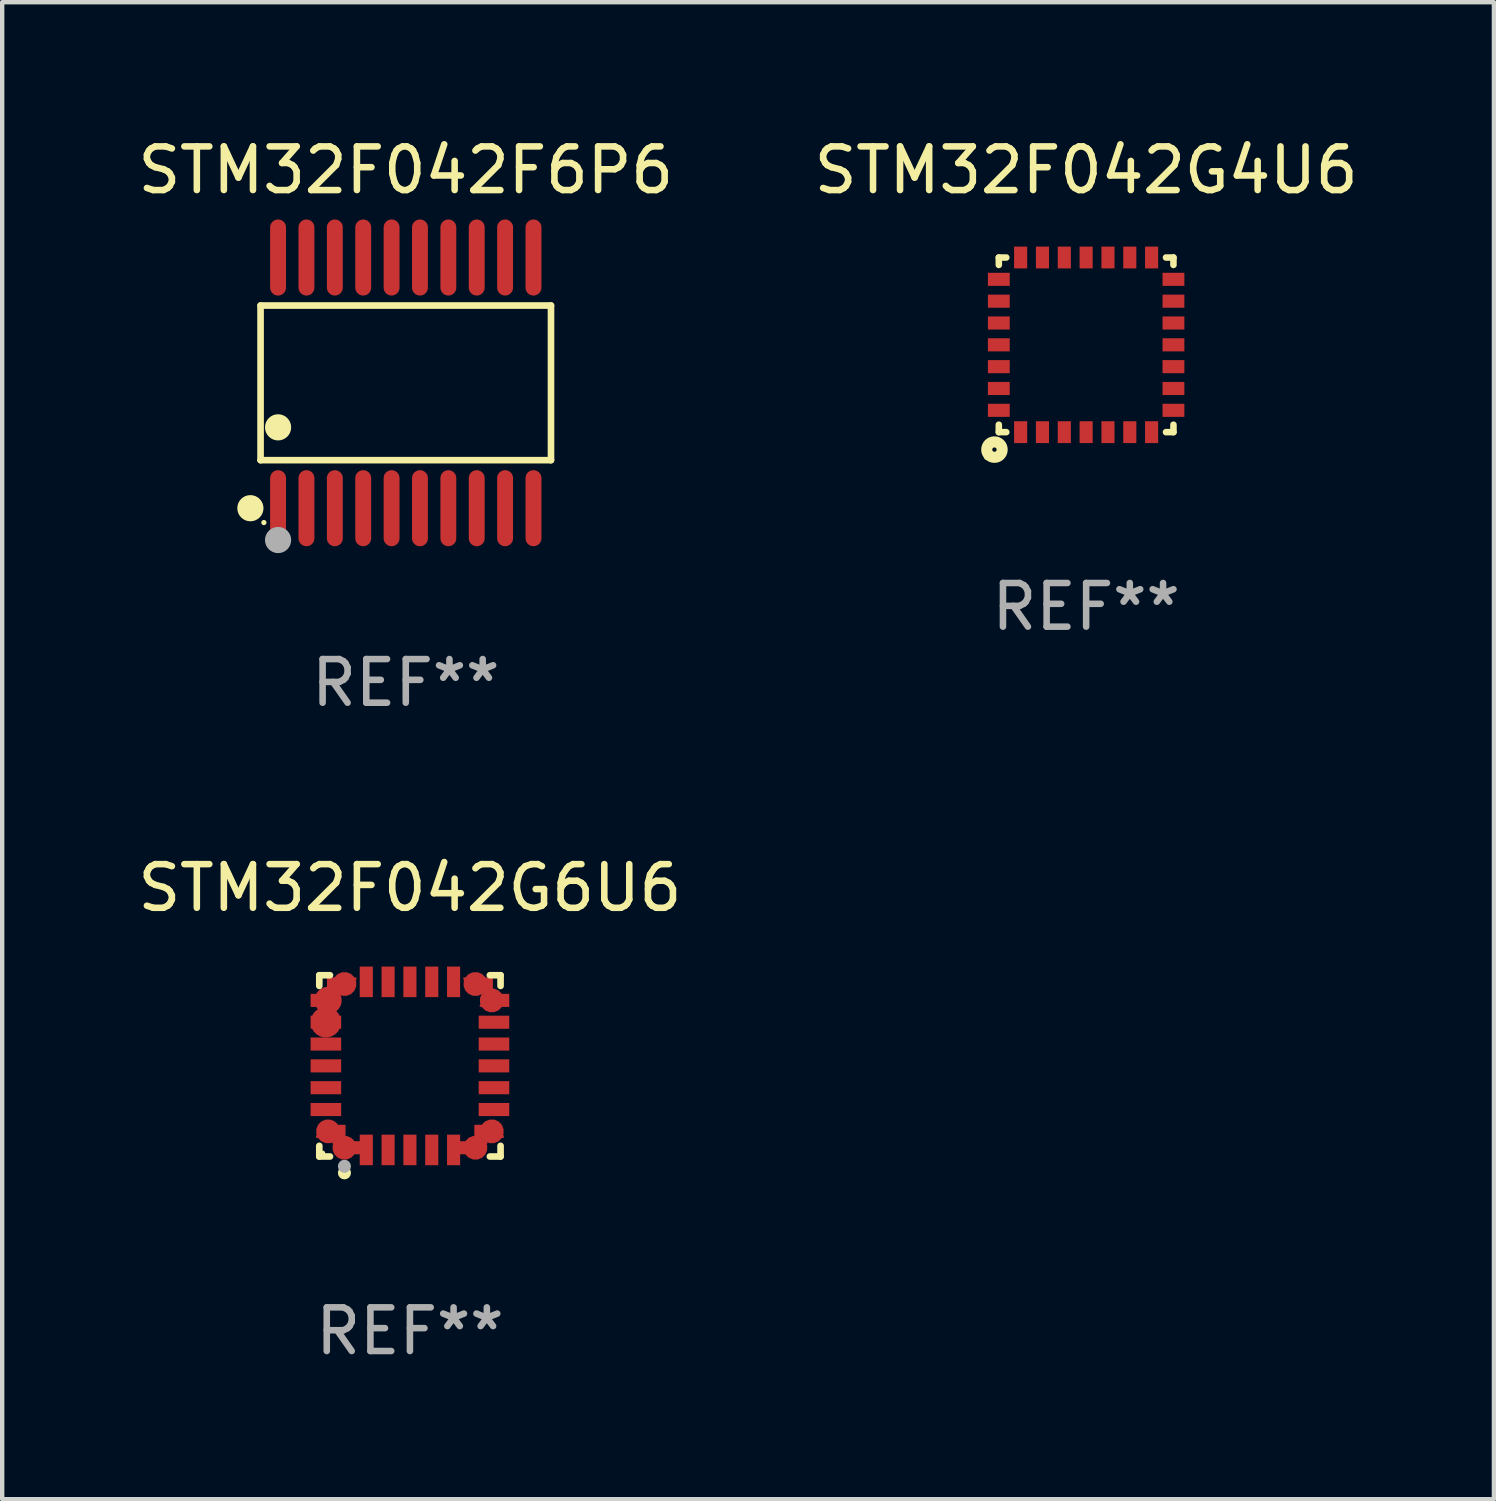
<source format=kicad_pcb>
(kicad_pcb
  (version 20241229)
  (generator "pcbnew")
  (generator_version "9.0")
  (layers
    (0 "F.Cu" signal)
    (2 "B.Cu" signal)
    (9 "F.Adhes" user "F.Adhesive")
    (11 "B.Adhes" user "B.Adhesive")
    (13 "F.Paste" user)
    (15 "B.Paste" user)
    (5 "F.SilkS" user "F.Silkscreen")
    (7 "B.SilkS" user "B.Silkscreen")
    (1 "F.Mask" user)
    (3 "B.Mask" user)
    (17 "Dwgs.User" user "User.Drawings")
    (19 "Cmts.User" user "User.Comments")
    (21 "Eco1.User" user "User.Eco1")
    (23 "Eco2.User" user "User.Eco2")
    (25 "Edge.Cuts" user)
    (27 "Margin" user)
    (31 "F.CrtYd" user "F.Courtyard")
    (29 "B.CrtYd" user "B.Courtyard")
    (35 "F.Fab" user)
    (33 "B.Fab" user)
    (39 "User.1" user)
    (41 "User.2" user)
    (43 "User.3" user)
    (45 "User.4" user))
  (footprint "STM32F042F6P6"
    (layer "F.Cu")
    (at 6.244 5.719)
    (property "Reference" "STM32F042F6P6" (at 0 -4.871 0) (layer "F.SilkS") (effects (font (size 1 1) (thickness 0.15))))
    (attr through_hole)
    (fp_line (start -3.326 -1.771) (end 3.326 -1.771) (stroke (width 0.152) (type solid)) (layer "F.SilkS"))
    (fp_line (start -3.326 1.771) (end -3.326 -1.771) (stroke (width 0.152) (type solid)) (layer "F.SilkS"))
    (fp_line (start 3.326 -1.771) (end 3.326 1.771) (stroke (width 0.152) (type solid)) (layer "F.SilkS"))
    (fp_line (start 3.326 1.771) (end -3.326 1.771) (stroke (width 0.152) (type solid)) (layer "F.SilkS"))
    (fp_circle (center -3.559 2.871) (end -3.409 2.871) (stroke (width 0.3) (type solid)) (fill no) (layer "F.SilkS"))
    (fp_circle (center -3.25 3.2) (end -3.22 3.2) (stroke (width 0.06) (type solid)) (fill no) (layer "F.SilkS"))
    (fp_circle (center -2.925 1.019) (end -2.775 1.019) (stroke (width 0.3) (type solid)) (fill no) (layer "F.SilkS"))
    (fp_circle (center -2.925 3.6) (end -2.775 3.6) (stroke (width 0.3) (type solid)) (fill no) (layer "F.Fab"))
    (fp_text user "REF**" (at 0 6.871 0) (layer "F.Fab") (effects (font (size 1 1) (thickness 0.15))))
    (pad "1" smd oval (at -2.925 2.871) (size 0.364 1.742) (layers "F.Cu" "F.Mask" "F.Paste"))
    (pad "2" smd oval (at -2.275 2.871) (size 0.364 1.742) (layers "F.Cu" "F.Mask" "F.Paste"))
    (pad "3" smd oval (at -1.625 2.871) (size 0.364 1.742) (layers "F.Cu" "F.Mask" "F.Paste"))
    (pad "4" smd oval (at -0.975 2.871) (size 0.364 1.742) (layers "F.Cu" "F.Mask" "F.Paste"))
    (pad "5" smd oval (at -0.325 2.871) (size 0.364 1.742) (layers "F.Cu" "F.Mask" "F.Paste"))
    (pad "6" smd oval (at 0.325 2.871) (size 0.364 1.742) (layers "F.Cu" "F.Mask" "F.Paste"))
    (pad "7" smd oval (at 0.975 2.871) (size 0.364 1.742) (layers "F.Cu" "F.Mask" "F.Paste"))
    (pad "8" smd oval (at 1.625 2.871) (size 0.364 1.742) (layers "F.Cu" "F.Mask" "F.Paste"))
    (pad "9" smd oval (at 2.275 2.871) (size 0.364 1.742) (layers "F.Cu" "F.Mask" "F.Paste"))
    (pad "10" smd oval (at 2.925 2.871) (size 0.364 1.742) (layers "F.Cu" "F.Mask" "F.Paste"))
    (pad "11" smd oval (at 2.925 -2.871) (size 0.364 1.742) (layers "F.Cu" "F.Mask" "F.Paste"))
    (pad "12" smd oval (at 2.275 -2.871) (size 0.364 1.742) (layers "F.Cu" "F.Mask" "F.Paste"))
    (pad "13" smd oval (at 1.625 -2.871) (size 0.364 1.742) (layers "F.Cu" "F.Mask" "F.Paste"))
    (pad "14" smd oval (at 0.975 -2.871) (size 0.364 1.742) (layers "F.Cu" "F.Mask" "F.Paste"))
    (pad "15" smd oval (at 0.325 -2.871) (size 0.364 1.742) (layers "F.Cu" "F.Mask" "F.Paste"))
    (pad "16" smd oval (at -0.325 -2.871) (size 0.364 1.742) (layers "F.Cu" "F.Mask" "F.Paste"))
    (pad "17" smd oval (at -0.975 -2.871) (size 0.364 1.742) (layers "F.Cu" "F.Mask" "F.Paste"))
    (pad "18" smd oval (at -1.625 -2.871) (size 0.364 1.742) (layers "F.Cu" "F.Mask" "F.Paste"))
    (pad "19" smd oval (at -2.275 -2.871) (size 0.364 1.742) (layers "F.Cu" "F.Mask" "F.Paste"))
    (pad "20" smd oval (at -2.925 -2.871) (size 0.364 1.742) (layers "F.Cu" "F.Mask" "F.Paste")))
  (footprint "STM32F042G6U6"
    (layer "F.Cu")
    (at 6.339 21.363)
    (property "Reference" "STM32F042G6U6" (at 0 -4.076 0) (layer "F.SilkS") (effects (font (size 1 1) (thickness 0.15))))
    (attr through_hole)
    (fp_line (start -2.076 -2.076) (end -1.831 -2.076) (stroke (width 0.152) (type solid)) (layer "F.SilkS"))
    (fp_line (start -2.076 -1.831) (end -2.076 -2.076) (stroke (width 0.152) (type solid)) (layer "F.SilkS"))
    (fp_line (start -2.076 1.831) (end -2.076 2.076) (stroke (width 0.152) (type solid)) (layer "F.SilkS"))
    (fp_line (start -2.076 2.076) (end -1.831 2.076) (stroke (width 0.152) (type solid)) (layer "F.SilkS"))
    (fp_line (start 2.076 -2.076) (end 1.831 -2.076) (stroke (width 0.152) (type solid)) (layer "F.SilkS"))
    (fp_line (start 2.076 -1.831) (end 2.076 -2.076) (stroke (width 0.152) (type solid)) (layer "F.SilkS"))
    (fp_line (start 2.076 1.831) (end 2.076 2.076) (stroke (width 0.152) (type solid)) (layer "F.SilkS"))
    (fp_line (start 2.076 2.076) (end 1.831 2.076) (stroke (width 0.152) (type solid)) (layer "F.SilkS"))
    (fp_circle (center -2 2) (end -1.97 2) (stroke (width 0.06) (type solid)) (fill no) (layer "F.SilkS"))
    (fp_circle (center -1.5 2.45) (end -1.425 2.45) (stroke (width 0.15) (type solid)) (fill no) (layer "F.SilkS"))
    (fp_circle (center -1.5 2.3) (end -1.425 2.3) (stroke (width 0.15) (type solid)) (fill no) (layer "F.Fab"))
    (fp_text user "REF**" (at 0 6.076 0) (layer "F.Fab") (effects (font (size 1 1) (thickness 0.15))))
    (pad "1" smd custom (at -1.5 1.875 90) (size 0.55 0.3) (layers "F.Cu" "F.Mask" "F.Paste") (options (anchor circle)) (primitives (gr_poly (pts (xy -0.15 -0.025) (xy -0.15 0.4) (xy 0.15 0.4) (xy 0.15 -0.275) (xy 0.1 -0.275)) (width 0) (fill yes))))
    (pad "2" smd rect (at -1 1.925) (size 0.3 0.7) (layers "F.Cu" "F.Mask" "F.Paste"))
    (pad "3" smd rect (at -0.5 1.925) (size 0.3 0.7) (layers "F.Cu" "F.Mask" "F.Paste"))
    (pad "4" smd rect (at 0 1.925) (size 0.3 0.7) (layers "F.Cu" "F.Mask" "F.Paste"))
    (pad "5" smd rect (at 0.5 1.925) (size 0.3 0.7) (layers "F.Cu" "F.Mask" "F.Paste"))
    (pad "6" smd rect (at 1 1.925) (size 0.3 0.7) (layers "F.Cu" "F.Mask" "F.Paste"))
    (pad "7" smd custom (at 1.5 1.875 270) (size 0.55 0.3) (layers "F.Cu" "F.Mask" "F.Paste") (options (anchor circle)) (primitives (gr_poly (pts (xy 0.15 -0.025) (xy 0.15 0.4) (xy -0.15 0.4) (xy -0.15 -0.275) (xy -0.1 -0.275)) (width 0) (fill yes))))
    (pad "8" smd custom (at 1.875 1.5 180) (size 0.55 0.3) (layers "F.Cu" "F.Mask" "F.Paste") (options (anchor circle)) (primitives (gr_poly (pts (xy -0.025 0.15) (xy 0.4 0.15) (xy 0.4 -0.15) (xy -0.275 -0.15) (xy -0.275 -0.1)) (width 0) (fill yes))))
    (pad "9" smd rect (at 1.925 1) (size 0.7 0.3) (layers "F.Cu" "F.Mask" "F.Paste"))
    (pad "10" smd rect (at 1.925 0.5) (size 0.7 0.3) (layers "F.Cu" "F.Mask" "F.Paste"))
    (pad "11" smd rect (at 1.925 0) (size 0.7 0.3) (layers "F.Cu" "F.Mask" "F.Paste"))
    (pad "12" smd rect (at 1.925 -0.5) (size 0.7 0.3) (layers "F.Cu" "F.Mask" "F.Paste"))
    (pad "13" smd rect (at 1.925 -1) (size 0.7 0.3) (layers "F.Cu" "F.Mask" "F.Paste"))
    (pad "14" smd custom (at 1.875 -1.5) (size 0.55 0.3) (layers "F.Cu" "F.Mask" "F.Paste") (options (anchor circle)) (primitives (gr_poly (pts (xy -0.025 -0.15) (xy 0.4 -0.15) (xy 0.4 0.15) (xy -0.275 0.15) (xy -0.275 0.1)) (width 0) (fill yes))))
    (pad "15" smd custom (at 1.5 -1.875 270) (size 0.55 0.3) (layers "F.Cu" "F.Mask" "F.Paste") (options (anchor circle)) (primitives (gr_poly (pts (xy 0.15 0.025) (xy 0.15 -0.4) (xy -0.15 -0.4) (xy -0.15 0.275) (xy -0.1 0.275)) (width 0) (fill yes))))
    (pad "16" smd rect (at 1 -1.925) (size 0.3 0.7) (layers "F.Cu" "F.Mask" "F.Paste"))
    (pad "17" smd rect (at 0.5 -1.925) (size 0.3 0.7) (layers "F.Cu" "F.Mask" "F.Paste"))
    (pad "18" smd rect (at 0 -1.925) (size 0.3 0.7) (layers "F.Cu" "F.Mask" "F.Paste"))
    (pad "19" smd rect (at -0.5 -1.925) (size 0.3 0.7) (layers "F.Cu" "F.Mask" "F.Paste"))
    (pad "20" smd rect (at -1 -1.925) (size 0.3 0.7) (layers "F.Cu" "F.Mask" "F.Paste"))
    (pad "21" smd custom (at -1.5 -1.875 90) (size 0.55 0.3) (layers "F.Cu" "F.Mask" "F.Paste") (options (anchor circle)) (primitives (gr_poly (pts (xy -0.15 0.025) (xy -0.15 -0.4) (xy 0.15 -0.4) (xy 0.15 0.275) (xy 0.1 0.275)) (width 0) (fill yes))))
    (pad "22" smd custom (at -1.875 -1.5) (size 0.625 0.3) (layers "F.Cu" "F.Mask" "F.Paste") (options (anchor circle)) (primitives (gr_poly (pts (xy 0.025 -0.15) (xy -0.4 -0.15) (xy -0.4 0.15) (xy 0.275 0.15) (xy 0.275 0.1)) (width 0) (fill yes))))
    (pad "23" smd custom (at -1.925 -1) (size 0.7 0.3) (layers "F.Cu" "F.Mask" "F.Paste") (options (anchor circle)) (primitives (gr_poly (pts (xy -0.35 -0.15) (xy 0.35 -0.15) (xy 0.35 0.15) (xy -0.35 0.15)) (width 0) (fill yes))))
    (pad "24" smd rect (at -1.925 -0.5) (size 0.7 0.3) (layers "F.Cu" "F.Mask" "F.Paste"))
    (pad "25" smd rect (at -1.925 0) (size 0.7 0.3) (layers "F.Cu" "F.Mask" "F.Paste"))
    (pad "26" smd rect (at -1.925 0.5) (size 0.7 0.3) (layers "F.Cu" "F.Mask" "F.Paste"))
    (pad "27" smd rect (at -1.925 1) (size 0.7 0.3) (layers "F.Cu" "F.Mask" "F.Paste"))
    (pad "28" smd custom (at -1.875 1.5 180) (size 0.55 0.3) (layers "F.Cu" "F.Mask" "F.Paste") (options (anchor circle)) (primitives (gr_poly (pts (xy 0.025 0.15) (xy -0.4 0.15) (xy -0.4 -0.15) (xy 0.275 -0.15) (xy 0.275 -0.1)) (width 0) (fill yes)))))
  (footprint "STM32F042G4U6"
    (layer "F.Cu")
    (at 21.827 4.848)
    (property "Reference" "STM32F042G4U6" (at 0 -4 0) (layer "F.SilkS") (effects (font (size 1 1) (thickness 0.15))))
    (attr through_hole)
    (fp_line (start -2 -2) (end -1.829 -2) (stroke (width 0.15) (type solid)) (layer "F.SilkS"))
    (fp_line (start -2 -1.83) (end -2 -2) (stroke (width 0.15) (type solid)) (layer "F.SilkS"))
    (fp_line (start -2 2) (end -2 1.829) (stroke (width 0.15) (type solid)) (layer "F.SilkS"))
    (fp_line (start -1.829 2) (end -2 2) (stroke (width 0.15) (type solid)) (layer "F.SilkS"))
    (fp_line (start 1.829 -2) (end 2 -2) (stroke (width 0.15) (type solid)) (layer "F.SilkS"))
    (fp_line (start 2 -2) (end 2 -1.83) (stroke (width 0.15) (type solid)) (layer "F.SilkS"))
    (fp_line (start 2 1.829) (end 2 2) (stroke (width 0.15) (type solid)) (layer "F.SilkS"))
    (fp_line (start 2 2) (end 1.829 2) (stroke (width 0.15) (type solid)) (layer "F.SilkS"))
    (fp_circle (center -2.277 2.577) (end -2.247 2.577) (stroke (width 0.06) (type solid)) (fill no) (layer "F.SilkS"))
    (fp_circle (center -2.1 2.4) (end -2.05 2.4) (stroke (width 0.254) (type solid)) (fill no) (layer "F.SilkS"))
    (fp_text user "REF**" (at 0 6 0) (layer "F.Fab") (effects (font (size 1 1) (thickness 0.15))))
    (pad "1" smd rect (at -1.5 2 90) (size 0.5 0.3) (layers "F.Cu" "F.Mask" "F.Paste"))
    (pad "2" smd rect (at -1 2 90) (size 0.5 0.3) (layers "F.Cu" "F.Mask" "F.Paste"))
    (pad "3" smd rect (at -0.5 2 90) (size 0.5 0.3) (layers "F.Cu" "F.Mask" "F.Paste"))
    (pad "4" smd rect (at 0.000013 2 90) (size 0.5 0.3) (layers "F.Cu" "F.Mask" "F.Paste"))
    (pad "5" smd rect (at 0.5 2 90) (size 0.5 0.3) (layers "F.Cu" "F.Mask" "F.Paste"))
    (pad "6" smd rect (at 1 2 90) (size 0.5 0.3) (layers "F.Cu" "F.Mask" "F.Paste"))
    (pad "7" smd rect (at 1.5 2 90) (size 0.5 0.3) (layers "F.Cu" "F.Mask" "F.Paste"))
    (pad "8" smd rect (at 2 1.5 180) (size 0.5 0.3) (layers "F.Cu" "F.Mask" "F.Paste"))
    (pad "9" smd rect (at 2 1 180) (size 0.5 0.3) (layers "F.Cu" "F.Mask" "F.Paste"))
    (pad "10" smd rect (at 2 0.5 180) (size 0.5 0.3) (layers "F.Cu" "F.Mask" "F.Paste"))
    (pad "11" smd rect (at 2 -0.000127 180) (size 0.5 0.3) (layers "F.Cu" "F.Mask" "F.Paste"))
    (pad "12" smd rect (at 2 -0.5 180) (size 0.5 0.3) (layers "F.Cu" "F.Mask" "F.Paste"))
    (pad "13" smd rect (at 2 -1 180) (size 0.5 0.3) (layers "F.Cu" "F.Mask" "F.Paste"))
    (pad "14" smd rect (at 2 -1.5 180) (size 0.5 0.3) (layers "F.Cu" "F.Mask" "F.Paste"))
    (pad "15" smd rect (at 1.5 -2 270) (size 0.5 0.3) (layers "F.Cu" "F.Mask" "F.Paste"))
    (pad "16" smd rect (at 1 -2 270) (size 0.5 0.3) (layers "F.Cu" "F.Mask" "F.Paste"))
    (pad "17" smd rect (at 0.5 -2 270) (size 0.5 0.3) (layers "F.Cu" "F.Mask" "F.Paste"))
    (pad "18" smd rect (at 0.000013 -2 270) (size 0.5 0.3) (layers "F.Cu" "F.Mask" "F.Paste"))
    (pad "19" smd rect (at -0.5 -2 270) (size 0.5 0.3) (layers "F.Cu" "F.Mask" "F.Paste"))
    (pad "20" smd rect (at -1 -2 270) (size 0.5 0.3) (layers "F.Cu" "F.Mask" "F.Paste"))
    (pad "21" smd rect (at -1.5 -2 270) (size 0.5 0.3) (layers "F.Cu" "F.Mask" "F.Paste"))
    (pad "22" smd rect (at -2 -1.5) (size 0.5 0.3) (layers "F.Cu" "F.Mask" "F.Paste"))
    (pad "23" smd rect (at -2 -1) (size 0.5 0.3) (layers "F.Cu" "F.Mask" "F.Paste"))
    (pad "24" smd rect (at -2 -0.5) (size 0.5 0.3) (layers "F.Cu" "F.Mask" "F.Paste"))
    (pad "25" smd rect (at -2 -0.000127) (size 0.5 0.3) (layers "F.Cu" "F.Mask" "F.Paste"))
    (pad "26" smd rect (at -2 0.5) (size 0.5 0.3) (layers "F.Cu" "F.Mask" "F.Paste"))
    (pad "27" smd rect (at -2 1) (size 0.5 0.3) (layers "F.Cu" "F.Mask" "F.Paste"))
    (pad "28" smd rect (at -2 1.5) (size 0.5 0.3) (layers "F.Cu" "F.Mask" "F.Paste")))
  (gr_rect
    (start -3 -3)
    (end 31.167 31.287)
    (stroke (width 0.1) (type default))
    (fill no)
    (layer "Edge.Cuts")))
</source>
